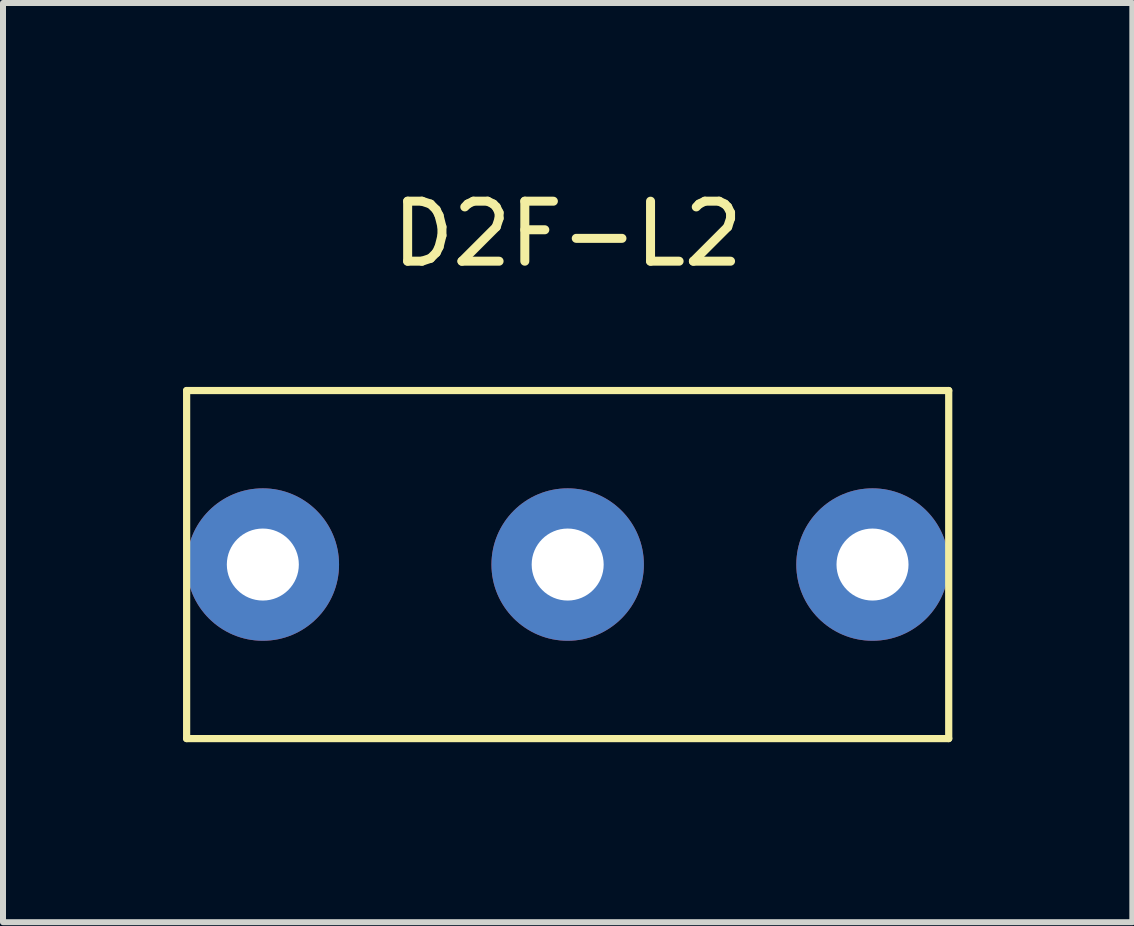
<source format=kicad_pcb>
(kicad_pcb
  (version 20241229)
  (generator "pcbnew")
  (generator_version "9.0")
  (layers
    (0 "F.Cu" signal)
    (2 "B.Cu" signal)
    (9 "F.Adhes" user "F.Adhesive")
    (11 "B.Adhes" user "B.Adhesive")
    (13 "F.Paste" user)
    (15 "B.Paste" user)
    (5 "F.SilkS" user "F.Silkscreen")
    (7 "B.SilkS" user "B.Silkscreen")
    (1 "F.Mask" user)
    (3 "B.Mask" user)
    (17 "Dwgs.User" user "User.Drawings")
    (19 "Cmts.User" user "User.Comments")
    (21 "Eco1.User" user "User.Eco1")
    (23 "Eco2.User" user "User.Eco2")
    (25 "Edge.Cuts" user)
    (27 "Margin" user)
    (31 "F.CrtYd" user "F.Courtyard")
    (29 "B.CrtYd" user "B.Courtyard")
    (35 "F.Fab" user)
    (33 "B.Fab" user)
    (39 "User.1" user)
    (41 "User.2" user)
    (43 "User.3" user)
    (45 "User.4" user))
  (footprint "D2F-L2"
    (layer "F.Cu")
    (at 6.41 6.358)
    (property "Reference" "D2F-L2" (at 0 -5.51 0) (layer "F.SilkS") (effects (font (size 1 1) (thickness 0.15))))
    (attr through_hole)
    (fp_line (start -6.35 -2.9) (end 6.35 -2.9) (stroke (width 0.12) (type solid)) (layer "F.SilkS"))
    (fp_line (start -6.35 2.9) (end -6.35 -2.9) (stroke (width 0.12) (type solid)) (layer "F.SilkS"))
    (fp_line (start 6.35 -2.9) (end 6.35 2.9) (stroke (width 0.12) (type solid)) (layer "F.SilkS"))
    (fp_line (start 6.35 2.9) (end -6.35 2.9) (stroke (width 0.12) (type solid)) (layer "F.SilkS"))
    (pad "1" thru_hole circle (at -5.08 0) (size 2.54 2.54) (drill 1.2) (layers "*.Cu" "*.Mask"))
    (pad "2" thru_hole circle (at 0 0) (size 2.54 2.54) (drill 1.2) (layers "*.Cu" "*.Mask"))
    (pad "3" thru_hole circle (at 5.08 0) (size 2.54 2.54) (drill 1.2) (layers "*.Cu" "*.Mask")))
  (gr_rect
    (start -3 -3)
    (end 15.82 12.318)
    (stroke (width 0.1) (type default))
    (fill no)
    (layer "Edge.Cuts")))
</source>
